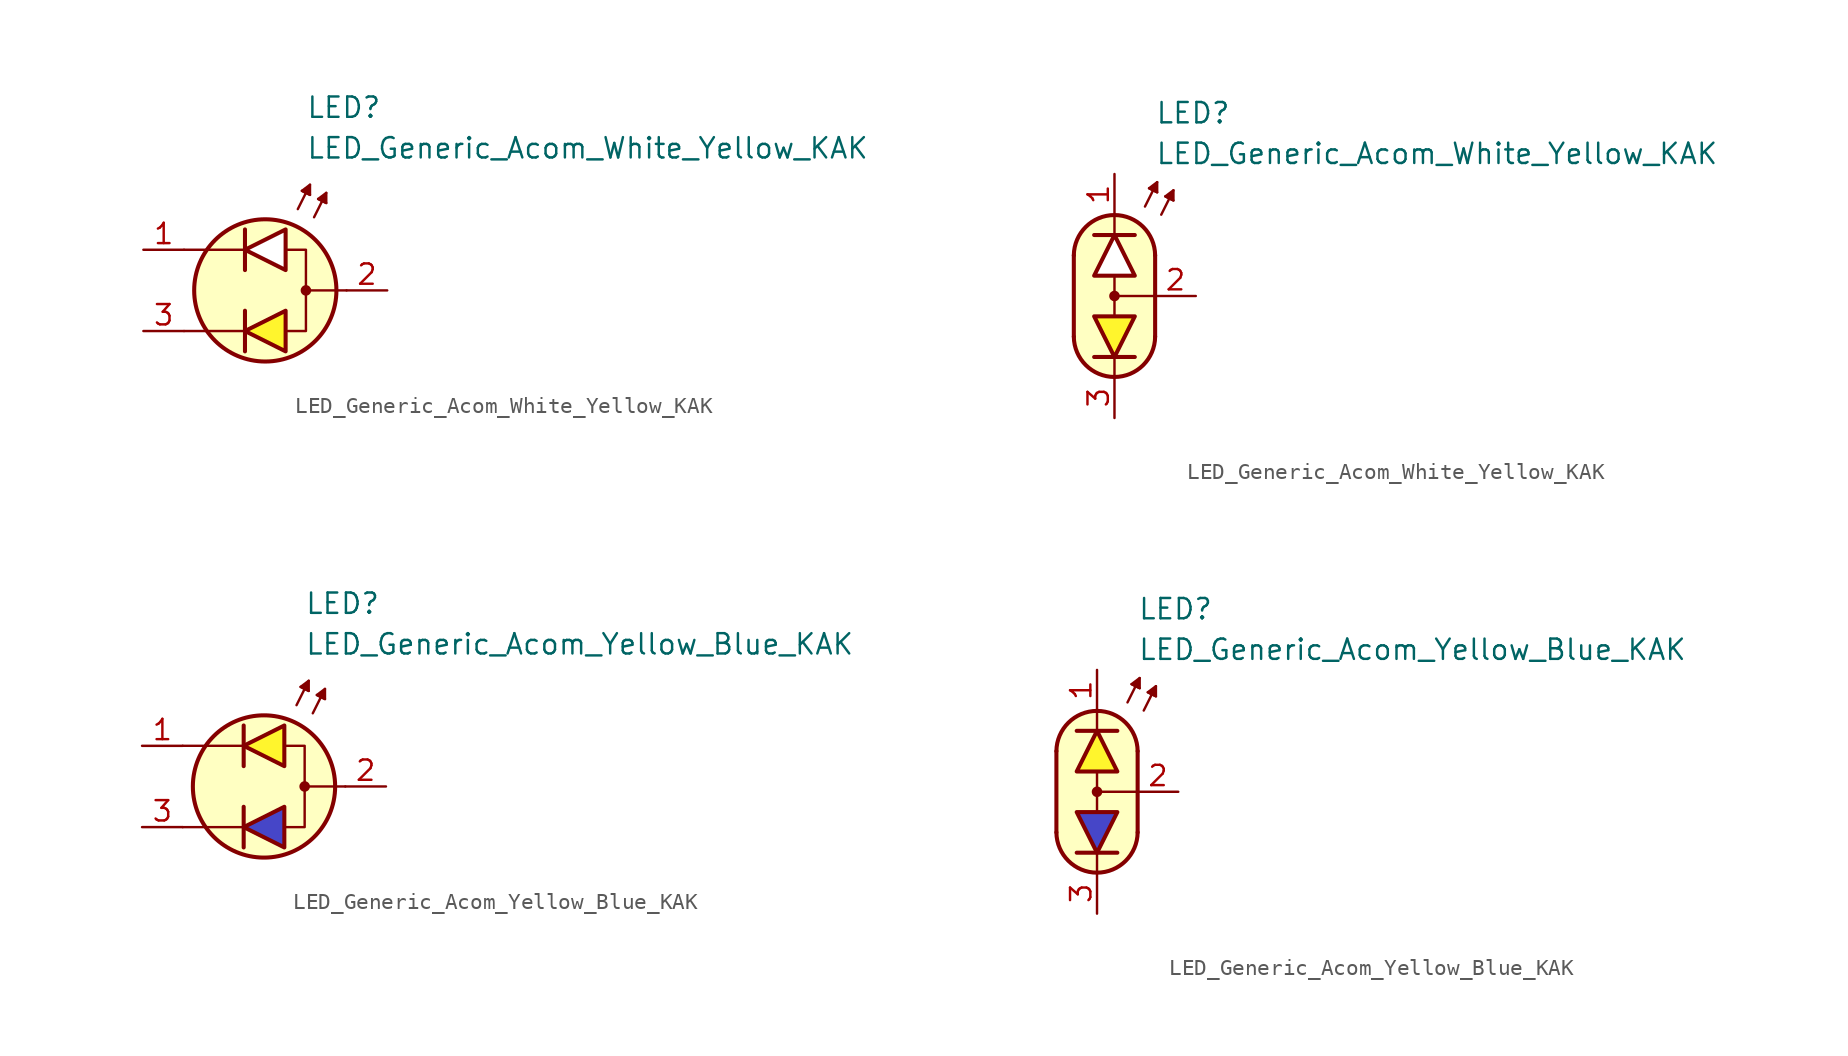
<source format=kicad_sym>
(kicad_symbol_lib
  (version 20231120)
  (generator "kicad_symbol_editor")
  (generator_version "8.0")
  (symbol "LED_Generic_Acom_White_Yellow_KAK"
    (pin_names
      (offset 1.016) hide)
    (property "Reference" "LED"
      (at 2.54 11.43 0)
      (effects (font (size 1.27 1.27)) (justify left)))
    (property "Value" "LED_Generic_Acom_White_Yellow_KAK"
      (at 2.54 8.89 0)
      (effects (font (size 1.27 1.27)) (justify left)))
    (symbol "LED_Generic_Acom_White_Yellow_KAK_0_1"
      (polyline (pts (xy -1.27 -3.81) (xy -1.27 -1.27)) (stroke (width 0.254) (type default)) (fill (type none)))
      (polyline (pts (xy -1.27 -2.54) (xy -5.08 -2.54)) (stroke (width 0.152) (type default)) (fill (type none)))
      (polyline (pts (xy -1.27 1.27) (xy -1.27 3.81)) (stroke (width 0.254) (type default)) (fill (type none)))
      (polyline (pts (xy -1.27 2.54) (xy -5.08 2.54)) (stroke (width 0.152) (type default)) (fill (type none)))
      (polyline (pts (xy 2.032 5.08) (xy 2.794 6.604)) (stroke (width 0.152) (type default)) (fill (type none)))
      (polyline (pts (xy 2.54 6.096) (xy 2.286 6.223)) (stroke (width 0.152) (type default)) (fill (type none)))
      (polyline (pts (xy 2.54 6.096) (xy 2.794 5.969)) (stroke (width 0.152) (type default)) (fill (type none)))
      (polyline (pts (xy 3.048 4.572) (xy 3.81 6.096)) (stroke (width 0.152) (type default)) (fill (type none)))
      (polyline (pts (xy 3.556 5.588) (xy 3.302 5.715)) (stroke (width 0.152) (type default)) (fill (type none)))
      (polyline (pts (xy 3.556 5.588) (xy 3.81 5.461)) (stroke (width 0.152) (type default)) (fill (type none)))
      (polyline (pts (xy 5.08 0) (xy 2.54 0)) (stroke (width 0.152) (type default)) (fill (type none)))
      (polyline (pts (xy 1.27 -3.81) (xy 1.27 -1.27) (xy -1.27 -2.54) (xy 1.27 -3.81)) (stroke (width 0.254) (type default)) (fill (type color) (color 255 245 45 1)))
      (polyline (pts (xy 1.27 1.27) (xy 1.27 3.81) (xy -1.27 2.54) (xy 1.27 1.27)) (stroke (width 0.254) (type default)) (fill (type color) (color 255 255 255 1)))
      (polyline (pts (xy 1.397 2.54) (xy 2.54 2.54) (xy 2.54 -2.54) (xy 1.397 -2.54)) (stroke (width 0.152) (type default)) (fill (type none)))
      (polyline (pts (xy 2.794 5.969) (xy 2.286 6.223) (xy 2.794 6.604) (xy 2.794 5.969)) (stroke (width 0.152) (type default)) (fill (type outline)))
      (polyline (pts (xy 3.81 5.461) (xy 3.302 5.715) (xy 3.81 6.096) (xy 3.81 5.461)) (stroke (width 0.152) (type default)) (fill (type outline)))
      (circle (center 0 0) (radius 4.445) (stroke (width 0.254) (type default)) (fill (type background)))
      (circle (center 2.54 0) (radius 0.254) (stroke (width 0) (type default)) (fill (type outline))))
    (symbol "LED_Generic_Acom_White_Yellow_KAK_0_2"
      (arc (start -2.54 -2.54) (mid 0 -5.0576) (end 2.54 -2.54) (stroke (width 0.254) (type default)) (fill (type none)))
      (polyline (pts (xy -2.54 2.54) (xy -2.54 -2.54)) (stroke (width 0.254) (type default)) (fill (type none)))
      (polyline (pts (xy -1.27 3.81) (xy 1.27 3.81)) (stroke (width 0.254) (type default)) (fill (type none)))
      (polyline (pts (xy 0 -5.08) (xy 0 -3.81)) (stroke (width 0) (type default)) (fill (type none)))
      (polyline (pts (xy 0 -1.27) (xy 0 1.27)) (stroke (width 0) (type default)) (fill (type none)))
      (polyline (pts (xy 0 5.08) (xy 0 3.81)) (stroke (width 0) (type default)) (fill (type none)))
      (polyline (pts (xy 1.27 -3.81) (xy -1.27 -3.81)) (stroke (width 0.254) (type default)) (fill (type none)))
      (polyline (pts (xy 1.905 5.588) (xy 2.667 7.112)) (stroke (width 0.152) (type default)) (fill (type none)))
      (polyline (pts (xy 2.413 6.604) (xy 2.159 6.731)) (stroke (width 0.152) (type default)) (fill (type none)))
      (polyline (pts (xy 2.413 6.604) (xy 2.667 6.477)) (stroke (width 0.152) (type default)) (fill (type none)))
      (polyline (pts (xy 2.54 -2.54) (xy 2.54 2.54)) (stroke (width 0.254) (type default)) (fill (type none)))
      (polyline (pts (xy 2.54 0) (xy 0 0)) (stroke (width 0) (type default)) (fill (type none)))
      (polyline (pts (xy 2.921 5.08) (xy 3.683 6.604)) (stroke (width 0.152) (type default)) (fill (type none)))
      (polyline (pts (xy 3.429 6.096) (xy 3.175 6.223)) (stroke (width 0.152) (type default)) (fill (type none)))
      (polyline (pts (xy 3.429 6.096) (xy 3.683 5.969)) (stroke (width 0.152) (type default)) (fill (type none)))
      (polyline (pts (xy 2.667 6.477) (xy 2.159 6.731) (xy 2.667 7.112) (xy 2.667 6.477)) (stroke (width 0.152) (type default)) (fill (type outline)))
      (polyline (pts (xy 3.683 5.969) (xy 3.175 6.223) (xy 3.683 6.604) (xy 3.683 5.969)) (stroke (width 0.152) (type default)) (fill (type outline)))
      (polyline (pts (xy 0 5.08) (xy 1.016 4.826) (xy 1.778 4.318) (xy 2.286 3.556) (xy 2.54 3.048) (xy 2.54 -2.794) (xy 2.286 -3.556) (xy 1.778 -4.318) (xy 1.016 -4.826) (xy 0.254 -5.08) (xy -0.254 -5.08) (xy -1.016 -4.826) (xy -1.524 -4.572) (xy -2.032 -4.064) (xy -2.286 -3.556) (xy -2.54 -2.794) (xy -2.54 2.794) (xy -2.286 3.556) (xy -2.032 4.064) (xy -1.524 4.572) (xy -1.016 4.826) (xy 0 5.08)) (stroke (width 0.01) (type default)) (fill (type background)))
      (circle (center 0 0) (radius 0.254) (stroke (width 0) (type default)) (fill (type outline)))
      (arc (start 2.54 2.54) (mid 0 5.0576) (end -2.54 2.54) (stroke (width 0.254) (type default)) (fill (type none))))
    (symbol "LED_Generic_Acom_White_Yellow_KAK_1_1"
      (pin passive line (at -7.62 2.54 0) (length 2.54) (name "A1" (effects (font (size 1.27 1.27)))) (number "1" (effects (font (size 1.27 1.27)))))
      (pin passive line (at 7.62 0 180) (length 2.54) (name "K" (effects (font (size 1.27 1.27)))) (number "2" (effects (font (size 1.27 1.27)))))
      (pin passive line (at -7.62 -2.54 0) (length 2.54) (name "A2" (effects (font (size 1.27 1.27)))) (number "3" (effects (font (size 1.27 1.27))))))
    (symbol "LED_Generic_Acom_White_Yellow_KAK_1_2"
      (polyline (pts (xy -1.27 1.27) (xy 1.27 1.27) (xy 0 3.81) (xy -1.27 1.27)) (stroke (width 0.254) (type default)) (fill (type color) (color 255 255 255 1)))
      (polyline (pts (xy 1.27 -1.27) (xy -1.27 -1.27) (xy 0 -3.81) (xy 1.27 -1.27)) (stroke (width 0.254) (type default)) (fill (type color) (color 255 245 45 1)))
      (pin passive line (at 0 7.62 270) (length 2.54) (name "A1" (effects (font (size 1.27 1.27)))) (number "1" (effects (font (size 1.27 1.27)))))
      (pin passive line (at 5.08 0 180) (length 2.54) (name "K" (effects (font (size 1.27 1.27)))) (number "2" (effects (font (size 1.27 1.27)))))
      (pin passive line (at 0 -7.62 90) (length 2.54) (name "A2" (effects (font (size 1.27 1.27)))) (number "3" (effects (font (size 1.27 1.27)))))))
  (symbol "LED_Generic_Acom_Yellow_Blue_KAK"
    (pin_names
      (offset 1.016) hide)
    (property "Reference" "LED"
      (at 2.54 11.43 0)
      (effects (font (size 1.27 1.27)) (justify left)))
    (property "Value" "LED_Generic_Acom_Yellow_Blue_KAK"
      (at 2.54 8.89 0)
      (effects (font (size 1.27 1.27)) (justify left)))
    (symbol "LED_Generic_Acom_Yellow_Blue_KAK_0_1"
      (polyline (pts (xy -1.27 -3.81) (xy -1.27 -1.27)) (stroke (width 0.254) (type default)) (fill (type none)))
      (polyline (pts (xy -1.27 -2.54) (xy -5.08 -2.54)) (stroke (width 0.152) (type default)) (fill (type none)))
      (polyline (pts (xy -1.27 1.27) (xy -1.27 3.81)) (stroke (width 0.254) (type default)) (fill (type none)))
      (polyline (pts (xy -1.27 2.54) (xy -5.08 2.54)) (stroke (width 0.152) (type default)) (fill (type none)))
      (polyline (pts (xy 2.032 5.08) (xy 2.794 6.604)) (stroke (width 0.152) (type default)) (fill (type none)))
      (polyline (pts (xy 2.54 6.096) (xy 2.286 6.223)) (stroke (width 0.152) (type default)) (fill (type none)))
      (polyline (pts (xy 2.54 6.096) (xy 2.794 5.969)) (stroke (width 0.152) (type default)) (fill (type none)))
      (polyline (pts (xy 3.048 4.572) (xy 3.81 6.096)) (stroke (width 0.152) (type default)) (fill (type none)))
      (polyline (pts (xy 3.556 5.588) (xy 3.302 5.715)) (stroke (width 0.152) (type default)) (fill (type none)))
      (polyline (pts (xy 3.556 5.588) (xy 3.81 5.461)) (stroke (width 0.152) (type default)) (fill (type none)))
      (polyline (pts (xy 5.08 0) (xy 2.54 0)) (stroke (width 0.152) (type default)) (fill (type none)))
      (polyline (pts (xy 1.27 -3.81) (xy 1.27 -1.27) (xy -1.27 -2.54) (xy 1.27 -3.81)) (stroke (width 0.254) (type default)) (fill (type color) (color 70 70 200 1)))
      (polyline (pts (xy 1.27 1.27) (xy 1.27 3.81) (xy -1.27 2.54) (xy 1.27 1.27)) (stroke (width 0.254) (type default)) (fill (type color) (color 255 245 45 1)))
      (polyline (pts (xy 1.397 2.54) (xy 2.54 2.54) (xy 2.54 -2.54) (xy 1.397 -2.54)) (stroke (width 0.152) (type default)) (fill (type none)))
      (polyline (pts (xy 2.794 5.969) (xy 2.286 6.223) (xy 2.794 6.604) (xy 2.794 5.969)) (stroke (width 0.152) (type default)) (fill (type outline)))
      (polyline (pts (xy 3.81 5.461) (xy 3.302 5.715) (xy 3.81 6.096) (xy 3.81 5.461)) (stroke (width 0.152) (type default)) (fill (type outline)))
      (circle (center 0 0) (radius 4.445) (stroke (width 0.254) (type default)) (fill (type background)))
      (circle (center 2.54 0) (radius 0.254) (stroke (width 0) (type default)) (fill (type outline))))
    (symbol "LED_Generic_Acom_Yellow_Blue_KAK_0_2"
      (arc (start -2.54 -2.54) (mid 0 -5.0576) (end 2.54 -2.54) (stroke (width 0.254) (type default)) (fill (type none)))
      (polyline (pts (xy -2.54 2.54) (xy -2.54 -2.54)) (stroke (width 0.254) (type default)) (fill (type none)))
      (polyline (pts (xy -1.27 3.81) (xy 1.27 3.81)) (stroke (width 0.254) (type default)) (fill (type none)))
      (polyline (pts (xy 0 -5.08) (xy 0 -3.81)) (stroke (width 0) (type default)) (fill (type none)))
      (polyline (pts (xy 0 -1.27) (xy 0 1.27)) (stroke (width 0) (type default)) (fill (type none)))
      (polyline (pts (xy 0 5.08) (xy 0 3.81)) (stroke (width 0) (type default)) (fill (type none)))
      (polyline (pts (xy 1.27 -3.81) (xy -1.27 -3.81)) (stroke (width 0.254) (type default)) (fill (type none)))
      (polyline (pts (xy 1.905 5.588) (xy 2.667 7.112)) (stroke (width 0.152) (type default)) (fill (type none)))
      (polyline (pts (xy 2.413 6.604) (xy 2.159 6.731)) (stroke (width 0.152) (type default)) (fill (type none)))
      (polyline (pts (xy 2.413 6.604) (xy 2.667 6.477)) (stroke (width 0.152) (type default)) (fill (type none)))
      (polyline (pts (xy 2.54 -2.54) (xy 2.54 2.54)) (stroke (width 0.254) (type default)) (fill (type none)))
      (polyline (pts (xy 2.54 0) (xy 0 0)) (stroke (width 0) (type default)) (fill (type none)))
      (polyline (pts (xy 2.921 5.08) (xy 3.683 6.604)) (stroke (width 0.152) (type default)) (fill (type none)))
      (polyline (pts (xy 3.429 6.096) (xy 3.175 6.223)) (stroke (width 0.152) (type default)) (fill (type none)))
      (polyline (pts (xy 3.429 6.096) (xy 3.683 5.969)) (stroke (width 0.152) (type default)) (fill (type none)))
      (polyline (pts (xy 2.667 6.477) (xy 2.159 6.731) (xy 2.667 7.112) (xy 2.667 6.477)) (stroke (width 0.152) (type default)) (fill (type outline)))
      (polyline (pts (xy 3.683 5.969) (xy 3.175 6.223) (xy 3.683 6.604) (xy 3.683 5.969)) (stroke (width 0.152) (type default)) (fill (type outline)))
      (polyline (pts (xy 0 5.08) (xy 1.016 4.826) (xy 1.778 4.318) (xy 2.286 3.556) (xy 2.54 3.048) (xy 2.54 -2.794) (xy 2.286 -3.556) (xy 1.778 -4.318) (xy 1.016 -4.826) (xy 0.254 -5.08) (xy -0.254 -5.08) (xy -1.016 -4.826) (xy -1.524 -4.572) (xy -2.032 -4.064) (xy -2.286 -3.556) (xy -2.54 -2.794) (xy -2.54 2.794) (xy -2.286 3.556) (xy -2.032 4.064) (xy -1.524 4.572) (xy -1.016 4.826) (xy 0 5.08)) (stroke (width 0.01) (type default)) (fill (type background)))
      (circle (center 0 0) (radius 0.254) (stroke (width 0) (type default)) (fill (type outline)))
      (arc (start 2.54 2.54) (mid 0 5.0576) (end -2.54 2.54) (stroke (width 0.254) (type default)) (fill (type none))))
    (symbol "LED_Generic_Acom_Yellow_Blue_KAK_1_1"
      (pin passive line (at -7.62 2.54 0) (length 2.54) (name "A1" (effects (font (size 1.27 1.27)))) (number "1" (effects (font (size 1.27 1.27)))))
      (pin passive line (at 7.62 0 180) (length 2.54) (name "K" (effects (font (size 1.27 1.27)))) (number "2" (effects (font (size 1.27 1.27)))))
      (pin passive line (at -7.62 -2.54 0) (length 2.54) (name "A2" (effects (font (size 1.27 1.27)))) (number "3" (effects (font (size 1.27 1.27))))))
    (symbol "LED_Generic_Acom_Yellow_Blue_KAK_1_2"
      (polyline (pts (xy -1.27 1.27) (xy 1.27 1.27) (xy 0 3.81) (xy -1.27 1.27)) (stroke (width 0.254) (type default)) (fill (type color) (color 255 245 45 1)))
      (polyline (pts (xy 1.27 -1.27) (xy -1.27 -1.27) (xy 0 -3.81) (xy 1.27 -1.27)) (stroke (width 0.254) (type default)) (fill (type color) (color 70 70 200 1)))
      (pin passive line (at 0 7.62 270) (length 2.54) (name "A1" (effects (font (size 1.27 1.27)))) (number "1" (effects (font (size 1.27 1.27)))))
      (pin passive line (at 5.08 0 180) (length 2.54) (name "K" (effects (font (size 1.27 1.27)))) (number "2" (effects (font (size 1.27 1.27)))))
      (pin passive line (at 0 -7.62 90) (length 2.54) (name "A2" (effects (font (size 1.27 1.27)))) (number "3" (effects (font (size 1.27 1.27))))))))
</source>
